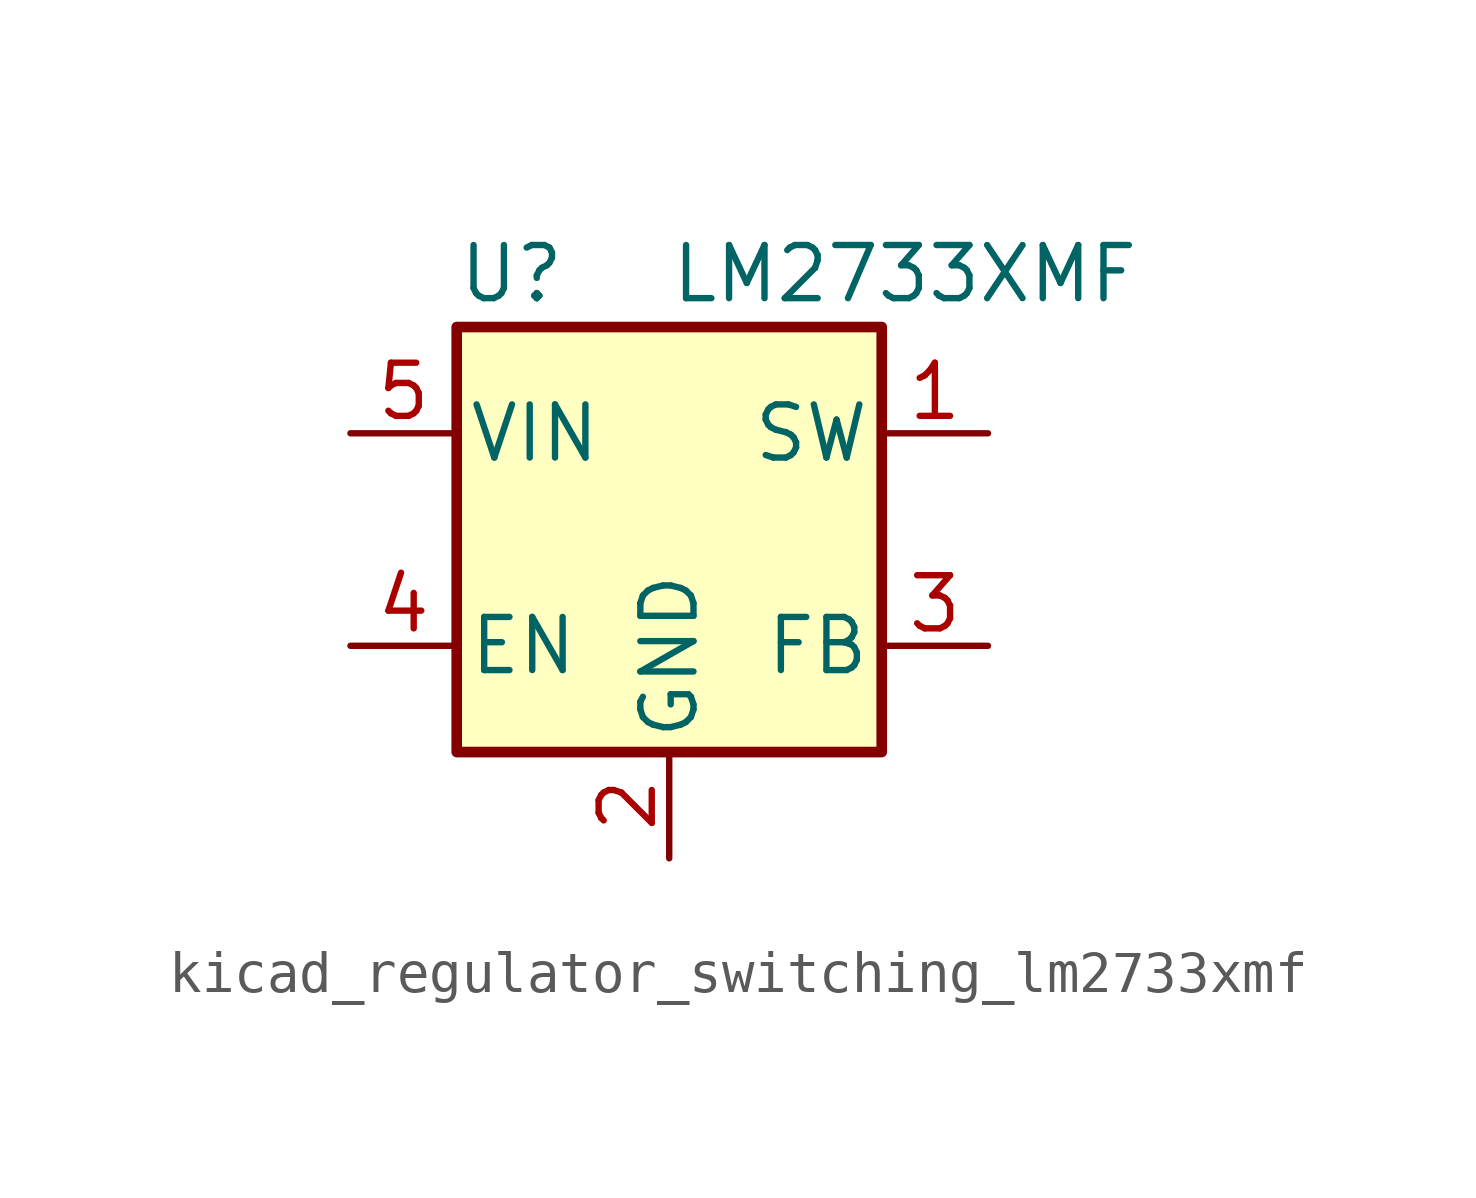
<source format=kicad_sym>
(kicad_symbol_lib
  (version 20220914)
  (generator kicad_symbol_editor)
  (symbol "kicad_regulator_switching_lm2733xmf"
    (pin_names
      (offset 0.254))
    (property "Reference" "U"
      (at -5.08 6.35 0)
      (effects (font (size 1.27 1.27)) (justify left)))
    (property "Value" "LM2733XMF"
      (at 0 6.35 0)
      (effects (font (size 1.27 1.27)) (justify left)))
    (symbol "kicad_regulator_switching_lm2733xmf_0_1"
      (rectangle (start -5.08 5.08) (end 5.08 -5.08) (stroke (width 0.254) (type default)) (fill (type background))))
    (symbol "kicad_regulator_switching_lm2733xmf_1_1"
      (pin output line (at 7.62 2.54 180) (length 2.54) (name "SW" (effects (font (size 1.27 1.27)))) (number "1" (effects (font (size 1.27 1.27)))))
      (pin power_in line (at 0 -7.62 90) (length 2.54) (name "GND" (effects (font (size 1.27 1.27)))) (number "2" (effects (font (size 1.27 1.27)))))
      (pin input line (at 7.62 -2.54 180) (length 2.54) (name "FB" (effects (font (size 1.27 1.27)))) (number "3" (effects (font (size 1.27 1.27)))))
      (pin input line (at -7.62 -2.54 0) (length 2.54) (name "EN" (effects (font (size 1.27 1.27)))) (number "4" (effects (font (size 1.27 1.27)))))
      (pin input line (at -7.62 2.54 0) (length 2.54) (name "VIN" (effects (font (size 1.27 1.27)))) (number "5" (effects (font (size 1.27 1.27))))))))
</source>
